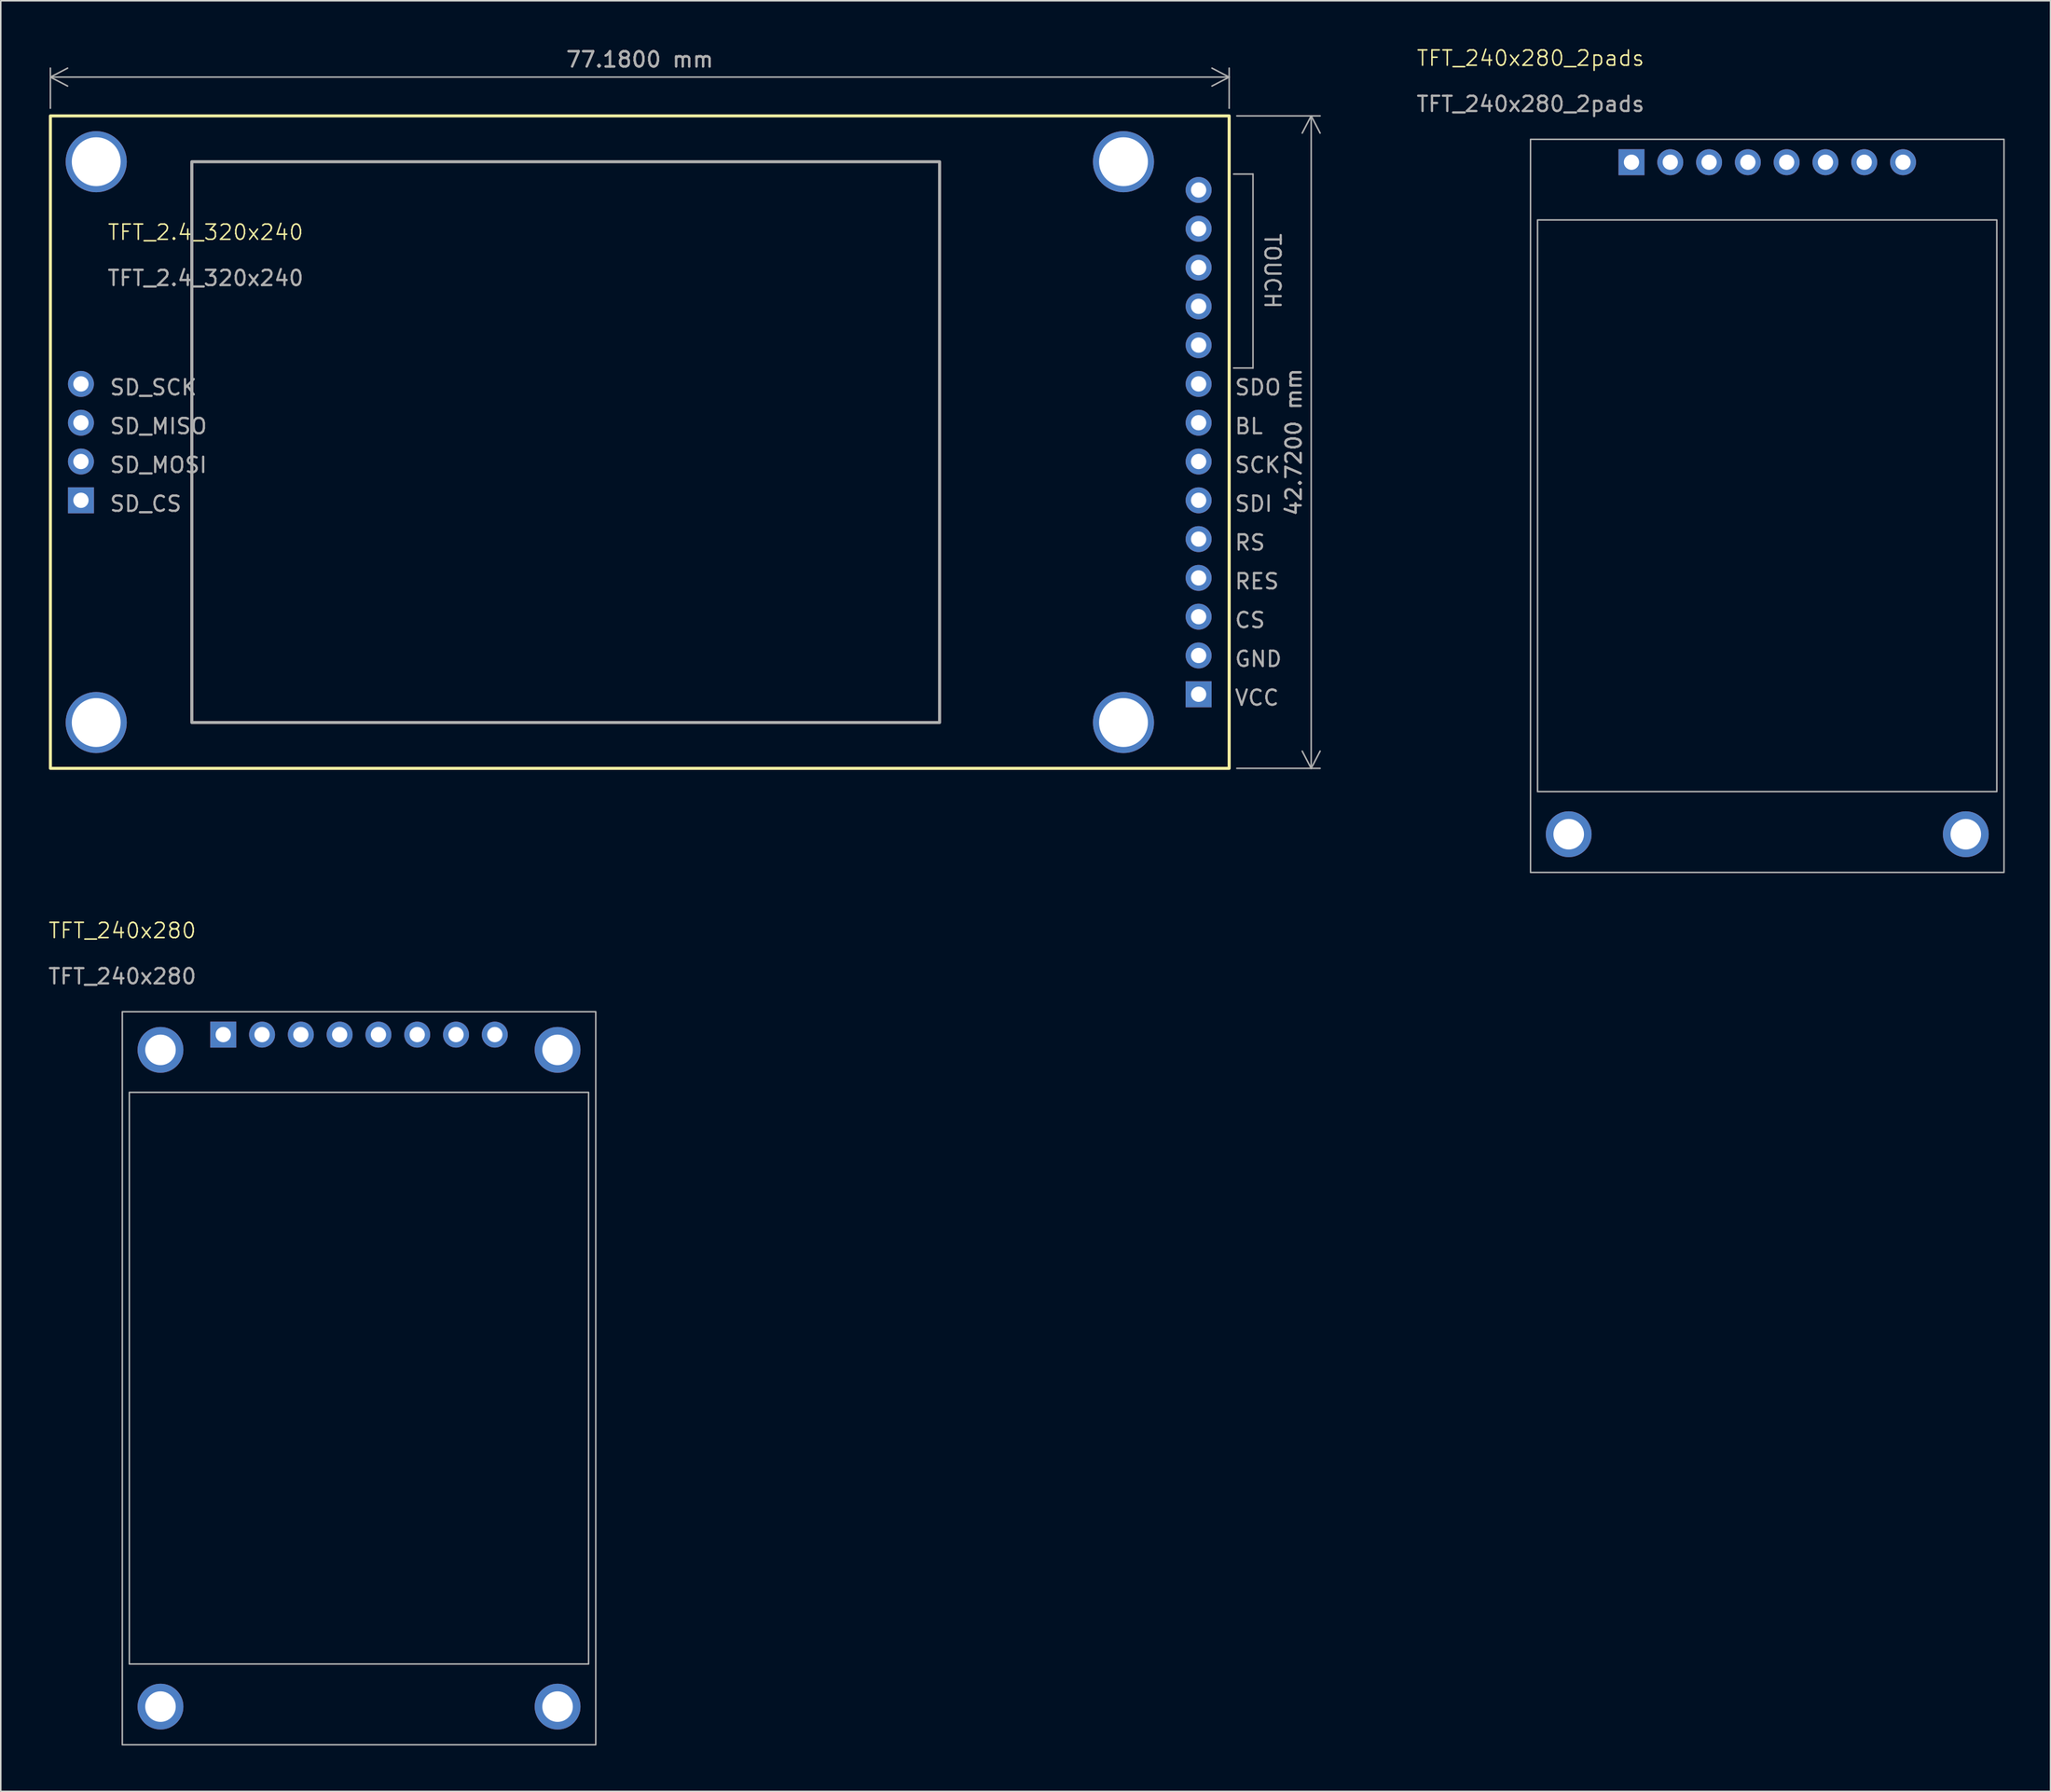
<source format=kicad_pcb>
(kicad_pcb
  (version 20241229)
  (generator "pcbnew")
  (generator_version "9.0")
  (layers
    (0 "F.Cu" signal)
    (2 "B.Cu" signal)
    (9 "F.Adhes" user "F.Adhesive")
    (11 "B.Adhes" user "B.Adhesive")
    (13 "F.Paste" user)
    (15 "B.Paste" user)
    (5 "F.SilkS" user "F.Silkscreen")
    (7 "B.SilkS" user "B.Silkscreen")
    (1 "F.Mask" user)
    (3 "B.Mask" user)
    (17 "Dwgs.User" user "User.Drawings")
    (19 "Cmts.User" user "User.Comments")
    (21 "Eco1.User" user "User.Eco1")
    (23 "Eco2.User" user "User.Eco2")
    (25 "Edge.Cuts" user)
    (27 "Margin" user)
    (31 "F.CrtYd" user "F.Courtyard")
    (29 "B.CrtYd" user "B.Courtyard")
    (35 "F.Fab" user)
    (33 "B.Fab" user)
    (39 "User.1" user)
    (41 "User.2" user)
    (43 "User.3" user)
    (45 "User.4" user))
  (footprint "TFT_240x280"
    (layer "F.Cu")
    (at 4.958 63.191)
    (property "Reference" "TFT_240x280" (at 0 -5.31 0) (unlocked yes) (layer "F.SilkS") (effects (font (size 1 1) (thickness 0.1))))
    (attr through_hole)
    (fp_rect (start 0 0) (end 31 48) (stroke (width 0.1) (type default)) (fill no) (layer "F.Fab"))
    (fp_rect (start 0.46 5.28) (end 30.53 42.71) (stroke (width 0.1) (type default)) (fill no) (layer "F.Fab"))
    (fp_text user "${REFERENCE}" (at 0 -2.31 0) (unlocked yes) (layer "F.Fab") (effects (font (size 1 1) (thickness 0.15))))
    (pad "" thru_hole circle (at 2.5 2.5) (size 3 3) (drill 2) (layers "*.Cu" "*.Mask"))
    (pad "" thru_hole circle (at 2.5 45.5) (size 3 3) (drill 2) (layers "*.Cu" "*.Mask"))
    (pad "" thru_hole circle (at 28.5 2.5) (size 3 3) (drill 2) (layers "*.Cu" "*.Mask"))
    (pad "" thru_hole circle (at 28.5 45.5) (size 3 3) (drill 2) (layers "*.Cu" "*.Mask"))
    (pad "1" thru_hole rect (at 6.61 1.5) (size 1.7 1.7) (drill 1) (layers "*.Cu" "*.Mask"))
    (pad "2" thru_hole circle (at 9.15 1.5) (size 1.7 1.7) (drill 1) (layers "*.Cu" "*.Mask"))
    (pad "3" thru_hole circle (at 11.69 1.5) (size 1.7 1.7) (drill 1) (layers "*.Cu" "*.Mask"))
    (pad "4" thru_hole circle (at 14.23 1.5) (size 1.7 1.7) (drill 1) (layers "*.Cu" "*.Mask"))
    (pad "5" thru_hole circle (at 16.77 1.5) (size 1.7 1.7) (drill 1) (layers "*.Cu" "*.Mask"))
    (pad "6" thru_hole circle (at 19.31 1.5) (size 1.7 1.7) (drill 1) (layers "*.Cu" "*.Mask"))
    (pad "7" thru_hole circle (at 21.85 1.5) (size 1.7 1.7) (drill 1) (layers "*.Cu" "*.Mask"))
    (pad "8" thru_hole circle (at 24.39 1.5) (size 1.7 1.7) (drill 1) (layers "*.Cu" "*.Mask")))
  (footprint "TFT_2.4_320x240"
    (layer "F.Cu")
    (at 0.25 4.538)
    (property "Reference" "TFT_2.4_320x240" (at 10.16 7.62 0) (unlocked yes) (layer "F.SilkS") (effects (font (size 1 1) (thickness 0.1))))
    (attr through_hole)
    (fp_rect (start 0 0) (end 77.18 42.72) (stroke (width 0.2) (type default)) (fill no) (layer "F.SilkS"))
    (fp_line (start 77.47 3.81) (end 78.74 3.81) (stroke (width 0.1) (type default)) (layer "F.Fab"))
    (fp_line (start 78.74 3.81) (end 78.74 16.51) (stroke (width 0.1) (type default)) (layer "F.Fab"))
    (fp_line (start 78.74 16.51) (end 77.47 16.51) (stroke (width 0.1) (type default)) (layer "F.Fab"))
    (fp_rect (start 9.26 3) (end 58.22 39.72) (stroke (width 0.2) (type default)) (fill no) (layer "F.Fab"))
    (fp_text user "RS" (at 77.47 27.94 0) (unlocked yes) (layer "F.Fab") (effects (font (size 1 1) (thickness 0.15)) (justify left)))
    (fp_text user "VCC" (at 77.47 38.1 0) (unlocked yes) (layer "F.Fab") (effects (font (size 1 1) (thickness 0.15)) (justify left)))
    (fp_text user "RES" (at 77.47 30.48 0) (unlocked yes) (layer "F.Fab") (effects (font (size 1 1) (thickness 0.15)) (justify left)))
    (fp_text user "GND" (at 77.47 35.56 0) (unlocked yes) (layer "F.Fab") (effects (font (size 1 1) (thickness 0.15)) (justify left)))
    (fp_text user "CS" (at 77.47 33.02 0) (unlocked yes) (layer "F.Fab") (effects (font (size 1 1) (thickness 0.15)) (justify left)))
    (fp_text user "${REFERENCE}" (at 10.16 10.62 0) (unlocked yes) (layer "F.Fab") (effects (font (size 1 1) (thickness 0.15))))
    (fp_text user "SD_MOSI" (at 3.81 22.86 0) (unlocked yes) (layer "F.Fab") (effects (font (size 1 1) (thickness 0.15)) (justify left)))
    (fp_text user "BL" (at 77.47 20.32 0) (unlocked yes) (layer "F.Fab") (effects (font (size 1 1) (thickness 0.15)) (justify left)))
    (fp_text user "SDI" (at 77.47 25.4 0) (unlocked yes) (layer "F.Fab") (effects (font (size 1 1) (thickness 0.15)) (justify left)))
    (fp_text user "SDO" (at 77.47 17.78 0) (unlocked yes) (layer "F.Fab") (effects (font (size 1 1) (thickness 0.15)) (justify left)))
    (fp_text user "SD_SCK" (at 3.81 17.78 0) (unlocked yes) (layer "F.Fab") (effects (font (size 1 1) (thickness 0.15)) (justify left)))
    (fp_text user "SD_MISO" (at 3.81 20.32 0) (unlocked yes) (layer "F.Fab") (effects (font (size 1 1) (thickness 0.15)) (justify left)))
    (fp_text user "SD_CS" (at 3.81 25.4 0) (unlocked yes) (layer "F.Fab") (effects (font (size 1 1) (thickness 0.15)) (justify left)))
    (fp_text user "SCK" (at 77.47 22.86 0) (unlocked yes) (layer "F.Fab") (effects (font (size 1 1) (thickness 0.15)) (justify left)))
    (fp_text user "TOUCH" (at 80.01 10.16 270) (unlocked yes) (layer "F.Fab") (effects (font (size 1 1) (thickness 0.15))))
    (dimension (type aligned) (layer "F.Fab") (pts (xy 77.43 4.538) (xy 77.43 47.258)) (height -5.37) (format (prefix "") (suffix "") (units 3) (units_format 1) (precision 4)) (style (thickness 0.1) (arrow_length 1.27) (text_position_mode 0) (arrow_direction outward) (extension_height 0.586) (extension_offset 0.5) (keep_text_aligned yes)) (gr_text "42.7200 mm" (at 81.65 25.898 90) (layer "F.Fab") (effects (font (size 1 1) (thickness 0.15)))))
    (dimension (type aligned) (layer "F.Fab") (pts (xy 0.25 4.538) (xy 77.43 4.538)) (height -2.54) (format (prefix "") (suffix "") (units 3) (units_format 1) (precision 4)) (style (thickness 0.1) (arrow_length 1.27) (text_position_mode 0) (arrow_direction outward) (extension_height 0.586) (extension_offset 0.5) (keep_text_aligned yes)) (gr_text "77.1800 mm" (at 38.84 0.848 0) (layer "F.Fab") (effects (font (size 1 1) (thickness 0.15)))))
    (pad "" thru_hole circle (at 3 3) (size 4 4) (drill 3.2) (layers "*.Cu" "*.Mask"))
    (pad "" thru_hole circle (at 3 39.72) (size 4 4) (drill 3.2) (layers "*.Cu" "*.Mask"))
    (pad "" thru_hole circle (at 70.26 3) (size 4 4) (drill 3.2) (layers "*.Cu" "*.Mask"))
    (pad "" thru_hole circle (at 70.26 39.72) (size 4 4) (drill 3.2) (layers "*.Cu" "*.Mask"))
    (pad "1" thru_hole rect (at 75.18 37.87) (size 1.7 1.7) (drill 1) (layers "*.Cu" "*.Mask"))
    (pad "2" thru_hole circle (at 75.18 35.33) (size 1.7 1.7) (drill 1) (layers "*.Cu" "*.Mask"))
    (pad "3" thru_hole circle (at 75.18 32.79) (size 1.7 1.7) (drill 1) (layers "*.Cu" "*.Mask"))
    (pad "4" thru_hole circle (at 75.18 30.25) (size 1.7 1.7) (drill 1) (layers "*.Cu" "*.Mask"))
    (pad "5" thru_hole circle (at 75.18 27.71) (size 1.7 1.7) (drill 1) (layers "*.Cu" "*.Mask"))
    (pad "6" thru_hole circle (at 75.18 25.17) (size 1.7 1.7) (drill 1) (layers "*.Cu" "*.Mask"))
    (pad "7" thru_hole circle (at 75.18 22.63) (size 1.7 1.7) (drill 1) (layers "*.Cu" "*.Mask"))
    (pad "8" thru_hole circle (at 75.18 20.09) (size 1.7 1.7) (drill 1) (layers "*.Cu" "*.Mask"))
    (pad "9" thru_hole circle (at 75.18 17.55) (size 1.7 1.7) (drill 1) (layers "*.Cu" "*.Mask"))
    (pad "10" thru_hole circle (at 75.18 15.01) (size 1.7 1.7) (drill 1) (layers "*.Cu" "*.Mask"))
    (pad "11" thru_hole circle (at 75.18 12.47) (size 1.7 1.7) (drill 1) (layers "*.Cu" "*.Mask"))
    (pad "12" thru_hole circle (at 75.18 9.93) (size 1.7 1.7) (drill 1) (layers "*.Cu" "*.Mask"))
    (pad "13" thru_hole circle (at 75.18 7.39) (size 1.7 1.7) (drill 1) (layers "*.Cu" "*.Mask"))
    (pad "14" thru_hole circle (at 75.18 4.85) (size 1.7 1.7) (drill 1) (layers "*.Cu" "*.Mask"))
    (pad "15" thru_hole rect (at 2 25.17) (size 1.7 1.7) (drill 1) (layers "*.Cu" "*.Mask"))
    (pad "16" thru_hole circle (at 2 22.63) (size 1.7 1.7) (drill 1) (layers "*.Cu" "*.Mask"))
    (pad "17" thru_hole circle (at 2 20.09) (size 1.7 1.7) (drill 1) (layers "*.Cu" "*.Mask"))
    (pad "18" thru_hole circle (at 2 17.55) (size 1.7 1.7) (drill 1) (layers "*.Cu" "*.Mask")))
  (footprint "TFT_240x280_2pads"
    (layer "F.Cu")
    (at 97.162 6.071)
    (property "Reference" "TFT_240x280_2pads" (at 0 -5.31 0) (unlocked yes) (layer "F.SilkS") (effects (font (size 1 1) (thickness 0.1))))
    (attr through_hole)
    (fp_rect (start 0 0) (end 31 48) (stroke (width 0.1) (type default)) (fill no) (layer "F.Fab"))
    (fp_rect (start 0.46 5.28) (end 30.53 42.71) (stroke (width 0.1) (type default)) (fill no) (layer "F.Fab"))
    (fp_text user "${REFERENCE}" (at 0 -2.31 0) (unlocked yes) (layer "F.Fab") (effects (font (size 1 1) (thickness 0.15))))
    (pad "" thru_hole circle (at 2.5 45.5) (size 3 3) (drill 2) (layers "*.Cu" "*.Mask"))
    (pad "" thru_hole circle (at 28.5 45.5) (size 3 3) (drill 2) (layers "*.Cu" "*.Mask"))
    (pad "1" thru_hole rect (at 6.61 1.5) (size 1.7 1.7) (drill 1) (layers "*.Cu" "*.Mask"))
    (pad "2" thru_hole circle (at 9.15 1.5) (size 1.7 1.7) (drill 1) (layers "*.Cu" "*.Mask"))
    (pad "3" thru_hole circle (at 11.69 1.5) (size 1.7 1.7) (drill 1) (layers "*.Cu" "*.Mask"))
    (pad "4" thru_hole circle (at 14.23 1.5) (size 1.7 1.7) (drill 1) (layers "*.Cu" "*.Mask"))
    (pad "5" thru_hole circle (at 16.77 1.5) (size 1.7 1.7) (drill 1) (layers "*.Cu" "*.Mask"))
    (pad "6" thru_hole circle (at 19.31 1.5) (size 1.7 1.7) (drill 1) (layers "*.Cu" "*.Mask"))
    (pad "7" thru_hole circle (at 21.85 1.5) (size 1.7 1.7) (drill 1) (layers "*.Cu" "*.Mask"))
    (pad "8" thru_hole circle (at 24.39 1.5) (size 1.7 1.7) (drill 1) (layers "*.Cu" "*.Mask")))
  (gr_rect
    (start -3 -3)
    (end 131.212 114.241)
    (stroke (width 0.1) (type default))
    (fill no)
    (layer "Edge.Cuts")))
</source>
